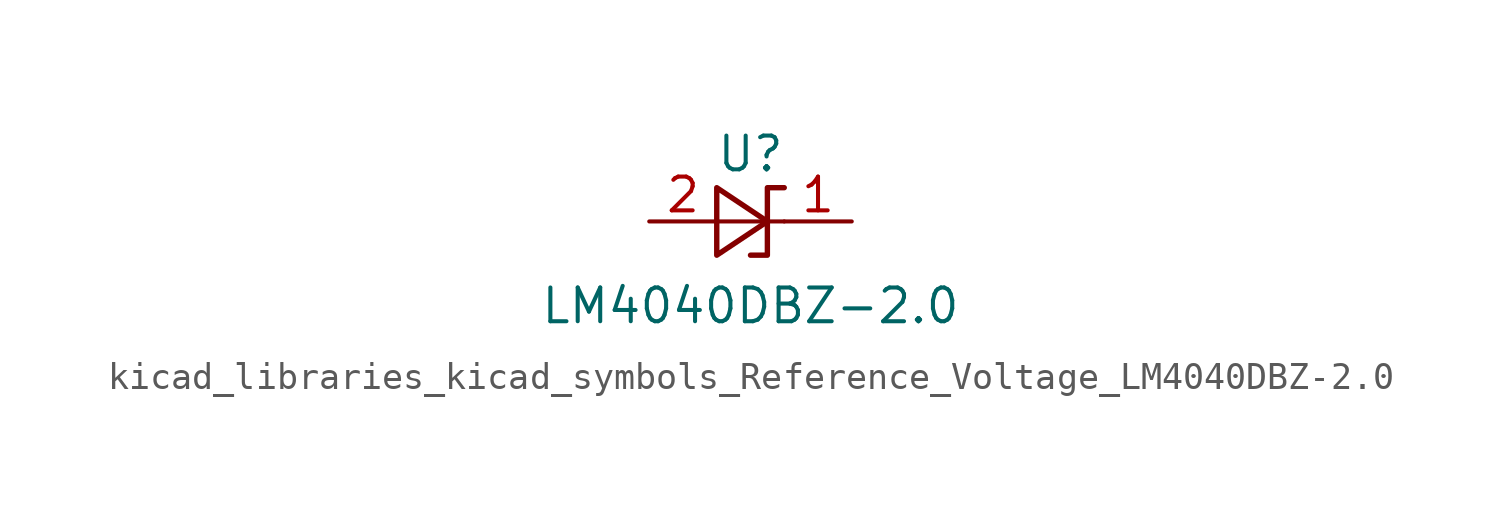
<source format=kicad_sym>
(kicad_symbol_lib
  (version 20220914)
  (generator kicad_symbol_editor)
  (symbol "kicad_libraries_kicad_symbols_Reference_Voltage_LM4040DBZ-2.0"
    (pin_names
      (offset 0.025) hide)
    (property "Reference" "U"
      (at 0 2.54 0)
      (effects (font (size 1.27 1.27))))
    (property "Value" "LM4040DBZ-2.0"
      (at 0 -3.175 0)
      (effects (font (size 1.27 1.27))))
    (symbol "kicad_libraries_kicad_symbols_Reference_Voltage_LM4040DBZ-2.0_0_1"
      (polyline (pts (xy -1.27 0) (xy 0 0) (xy 1.27 0)) (stroke (width 0) (type default)) (fill (type none)))
      (polyline (pts (xy -1.27 -1.27) (xy 0.635 0) (xy -1.27 1.27) (xy -1.27 -1.27)) (stroke (width 0.203) (type default)) (fill (type none)))
      (polyline (pts (xy 0 -1.27) (xy 0.635 -1.27) (xy 0.635 1.27) (xy 1.27 1.27)) (stroke (width 0.203) (type default)) (fill (type none))))
    (symbol "kicad_libraries_kicad_symbols_Reference_Voltage_LM4040DBZ-2.0_1_1"
      (pin passive line (at 3.81 0 180) (length 2.54) (name "K" (effects (font (size 1.27 1.27)))) (number "1" (effects (font (size 1.27 1.27)))))
      (pin passive line (at -3.81 0 0) (length 2.54) (name "A" (effects (font (size 1.27 1.27)))) (number "2" (effects (font (size 1.27 1.27))))))))
</source>
